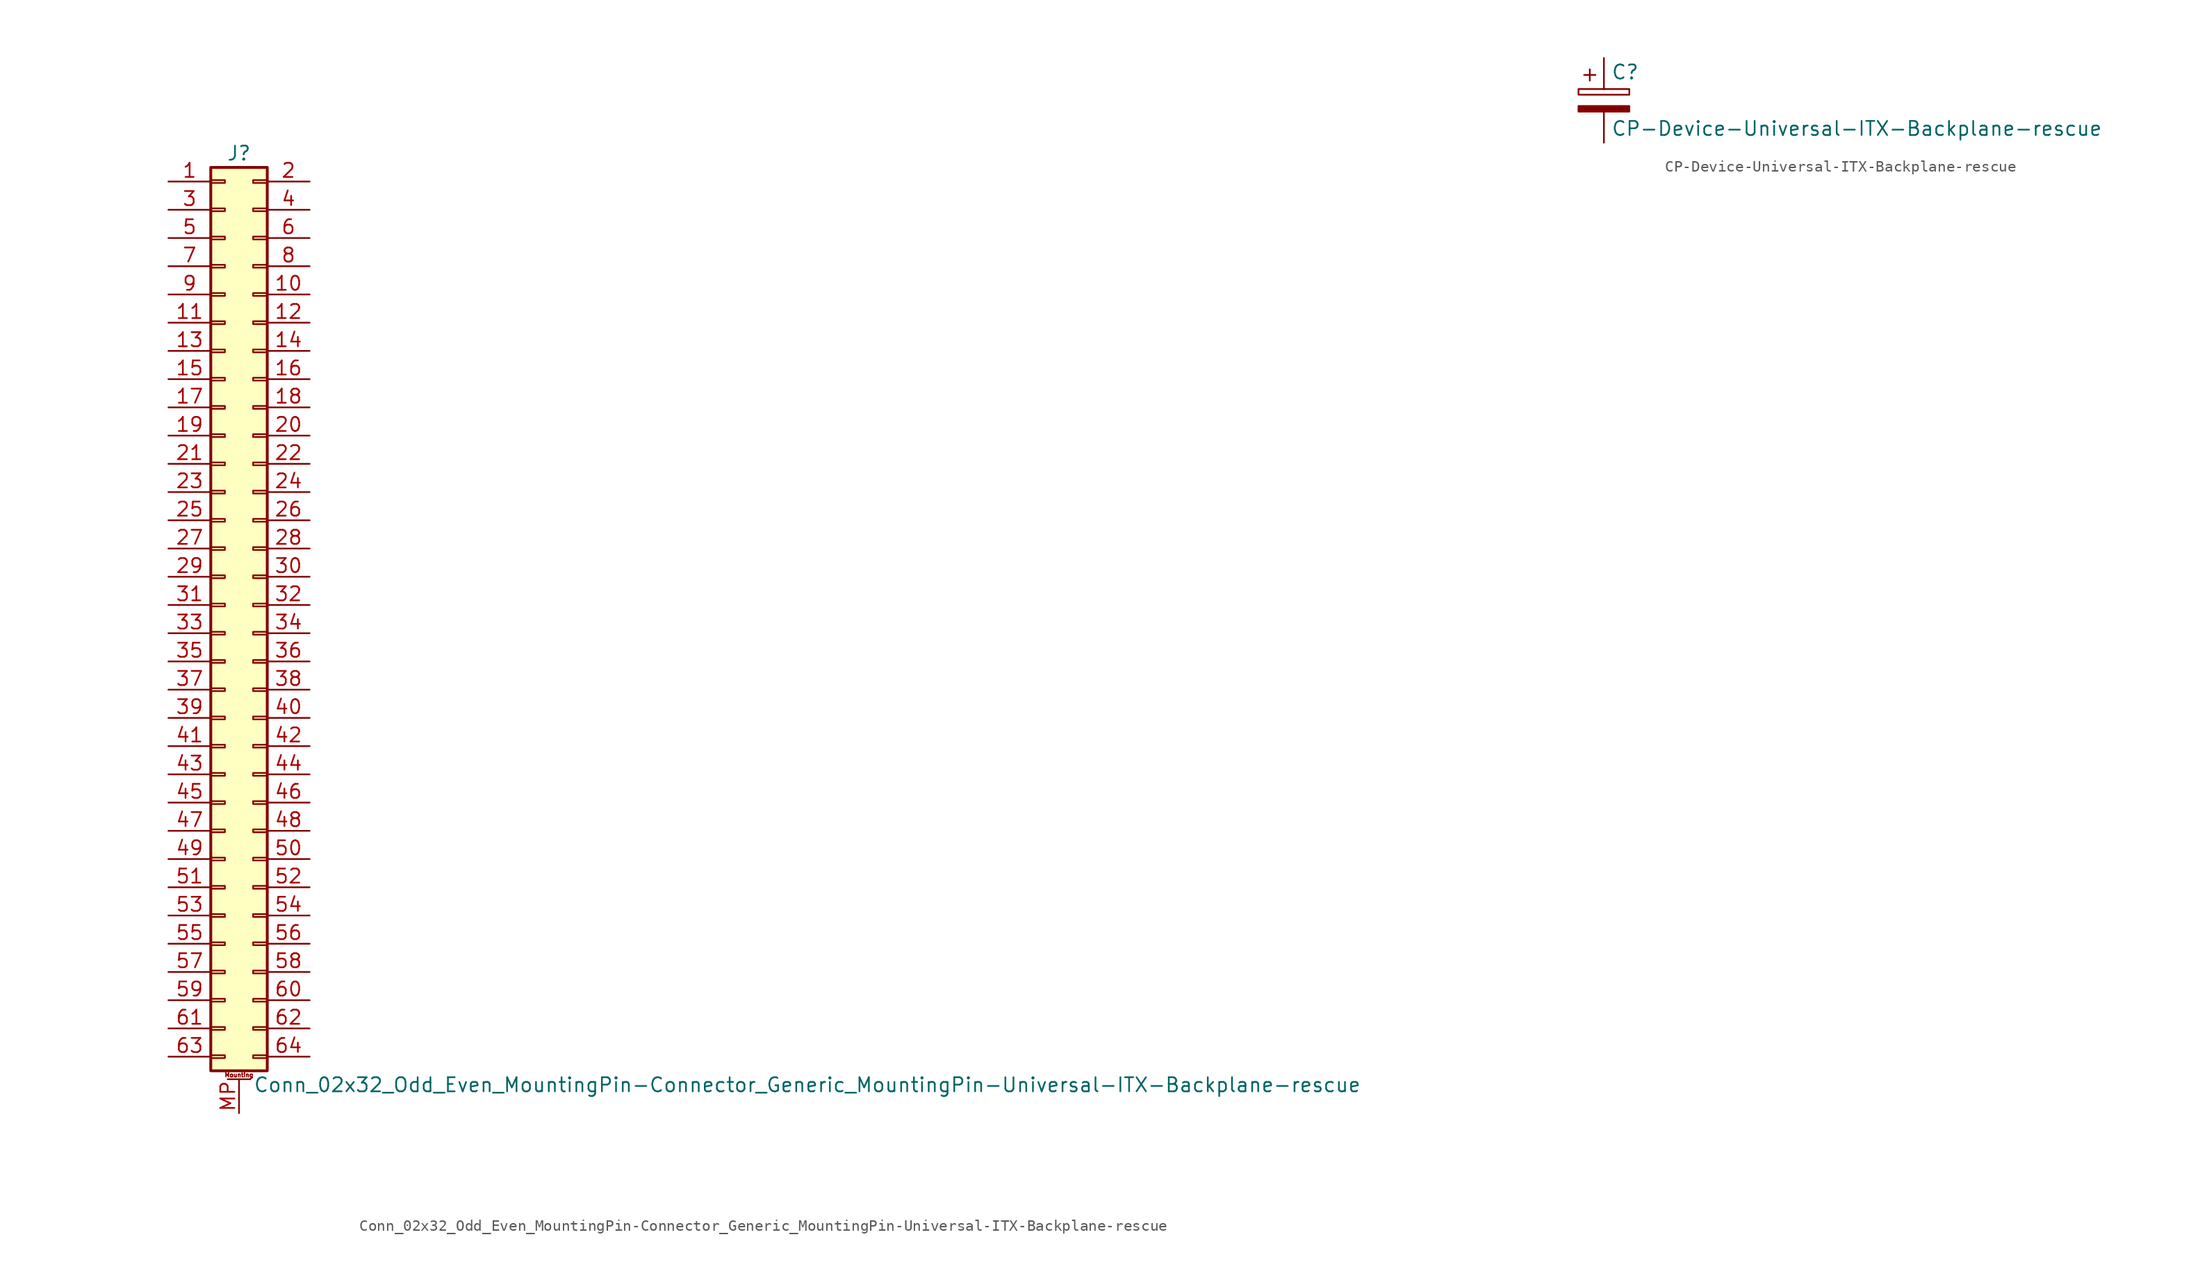
<source format=kicad_sym>
(kicad_symbol_lib
  (version 20211014)
  (generator kicad_symbol_editor)
  (symbol "Conn_02x32_Odd_Even_MountingPin-Connector_Generic_MountingPin-Universal-ITX-Backplane-rescue"
    (pin_names
      (offset 1.016) hide)
    (property "Reference" "J"
      (at 1.27 40.64 0)
      (effects (font (size 1.27 1.27))))
    (property "Value" "Conn_02x32_Odd_Even_MountingPin-Connector_Generic_MountingPin-Universal-ITX-Backplane-rescue"
      (at 2.54 -43.18 0)
      (effects (font (size 1.27 1.27)) (justify left)))
    (symbol "Conn_02x32_Odd_Even_MountingPin-Connector_Generic_MountingPin-Universal-ITX-Backplane-rescue_1_1"
      (rectangle (start -1.27 -40.513) (end 0 -40.767) (stroke (width 0.152) (type default) (color 0 0 0 0)) (fill (type none)))
      (rectangle (start -1.27 -37.973) (end 0 -38.227) (stroke (width 0.152) (type default) (color 0 0 0 0)) (fill (type none)))
      (rectangle (start -1.27 -35.433) (end 0 -35.687) (stroke (width 0.152) (type default) (color 0 0 0 0)) (fill (type none)))
      (rectangle (start -1.27 -32.893) (end 0 -33.147) (stroke (width 0.152) (type default) (color 0 0 0 0)) (fill (type none)))
      (rectangle (start -1.27 -30.353) (end 0 -30.607) (stroke (width 0.152) (type default) (color 0 0 0 0)) (fill (type none)))
      (rectangle (start -1.27 -27.813) (end 0 -28.067) (stroke (width 0.152) (type default) (color 0 0 0 0)) (fill (type none)))
      (rectangle (start -1.27 -25.273) (end 0 -25.527) (stroke (width 0.152) (type default) (color 0 0 0 0)) (fill (type none)))
      (rectangle (start -1.27 -22.733) (end 0 -22.987) (stroke (width 0.152) (type default) (color 0 0 0 0)) (fill (type none)))
      (rectangle (start -1.27 -20.193) (end 0 -20.447) (stroke (width 0.152) (type default) (color 0 0 0 0)) (fill (type none)))
      (rectangle (start -1.27 -17.653) (end 0 -17.907) (stroke (width 0.152) (type default) (color 0 0 0 0)) (fill (type none)))
      (rectangle (start -1.27 -15.113) (end 0 -15.367) (stroke (width 0.152) (type default) (color 0 0 0 0)) (fill (type none)))
      (rectangle (start -1.27 -12.573) (end 0 -12.827) (stroke (width 0.152) (type default) (color 0 0 0 0)) (fill (type none)))
      (rectangle (start -1.27 -10.033) (end 0 -10.287) (stroke (width 0.152) (type default) (color 0 0 0 0)) (fill (type none)))
      (rectangle (start -1.27 -7.493) (end 0 -7.747) (stroke (width 0.152) (type default) (color 0 0 0 0)) (fill (type none)))
      (rectangle (start -1.27 -4.953) (end 0 -5.207) (stroke (width 0.152) (type default) (color 0 0 0 0)) (fill (type none)))
      (rectangle (start -1.27 -2.413) (end 0 -2.667) (stroke (width 0.152) (type default) (color 0 0 0 0)) (fill (type none)))
      (rectangle (start -1.27 0.127) (end 0 -0.127) (stroke (width 0.152) (type default) (color 0 0 0 0)) (fill (type none)))
      (rectangle (start -1.27 2.667) (end 0 2.413) (stroke (width 0.152) (type default) (color 0 0 0 0)) (fill (type none)))
      (rectangle (start -1.27 5.207) (end 0 4.953) (stroke (width 0.152) (type default) (color 0 0 0 0)) (fill (type none)))
      (rectangle (start -1.27 7.747) (end 0 7.493) (stroke (width 0.152) (type default) (color 0 0 0 0)) (fill (type none)))
      (rectangle (start -1.27 10.287) (end 0 10.033) (stroke (width 0.152) (type default) (color 0 0 0 0)) (fill (type none)))
      (rectangle (start -1.27 12.827) (end 0 12.573) (stroke (width 0.152) (type default) (color 0 0 0 0)) (fill (type none)))
      (rectangle (start -1.27 15.367) (end 0 15.113) (stroke (width 0.152) (type default) (color 0 0 0 0)) (fill (type none)))
      (rectangle (start -1.27 17.907) (end 0 17.653) (stroke (width 0.152) (type default) (color 0 0 0 0)) (fill (type none)))
      (rectangle (start -1.27 20.447) (end 0 20.193) (stroke (width 0.152) (type default) (color 0 0 0 0)) (fill (type none)))
      (rectangle (start -1.27 22.987) (end 0 22.733) (stroke (width 0.152) (type default) (color 0 0 0 0)) (fill (type none)))
      (rectangle (start -1.27 25.527) (end 0 25.273) (stroke (width 0.152) (type default) (color 0 0 0 0)) (fill (type none)))
      (rectangle (start -1.27 28.067) (end 0 27.813) (stroke (width 0.152) (type default) (color 0 0 0 0)) (fill (type none)))
      (rectangle (start -1.27 30.607) (end 0 30.353) (stroke (width 0.152) (type default) (color 0 0 0 0)) (fill (type none)))
      (rectangle (start -1.27 33.147) (end 0 32.893) (stroke (width 0.152) (type default) (color 0 0 0 0)) (fill (type none)))
      (rectangle (start -1.27 35.687) (end 0 35.433) (stroke (width 0.152) (type default) (color 0 0 0 0)) (fill (type none)))
      (rectangle (start -1.27 38.227) (end 0 37.973) (stroke (width 0.152) (type default) (color 0 0 0 0)) (fill (type none)))
      (rectangle (start -1.27 39.37) (end 3.81 -41.91) (stroke (width 0.254) (type default) (color 0 0 0 0)) (fill (type background)))
      (polyline (pts (xy 0.254 -42.672) (xy 2.286 -42.672)) (stroke (width 0.152) (type default) (color 0 0 0 0)) (fill (type none)))
      (rectangle (start 3.81 -40.513) (end 2.54 -40.767) (stroke (width 0.152) (type default) (color 0 0 0 0)) (fill (type none)))
      (rectangle (start 3.81 -37.973) (end 2.54 -38.227) (stroke (width 0.152) (type default) (color 0 0 0 0)) (fill (type none)))
      (rectangle (start 3.81 -35.433) (end 2.54 -35.687) (stroke (width 0.152) (type default) (color 0 0 0 0)) (fill (type none)))
      (rectangle (start 3.81 -32.893) (end 2.54 -33.147) (stroke (width 0.152) (type default) (color 0 0 0 0)) (fill (type none)))
      (rectangle (start 3.81 -30.353) (end 2.54 -30.607) (stroke (width 0.152) (type default) (color 0 0 0 0)) (fill (type none)))
      (rectangle (start 3.81 -27.813) (end 2.54 -28.067) (stroke (width 0.152) (type default) (color 0 0 0 0)) (fill (type none)))
      (rectangle (start 3.81 -25.273) (end 2.54 -25.527) (stroke (width 0.152) (type default) (color 0 0 0 0)) (fill (type none)))
      (rectangle (start 3.81 -22.733) (end 2.54 -22.987) (stroke (width 0.152) (type default) (color 0 0 0 0)) (fill (type none)))
      (rectangle (start 3.81 -20.193) (end 2.54 -20.447) (stroke (width 0.152) (type default) (color 0 0 0 0)) (fill (type none)))
      (rectangle (start 3.81 -17.653) (end 2.54 -17.907) (stroke (width 0.152) (type default) (color 0 0 0 0)) (fill (type none)))
      (rectangle (start 3.81 -15.113) (end 2.54 -15.367) (stroke (width 0.152) (type default) (color 0 0 0 0)) (fill (type none)))
      (rectangle (start 3.81 -12.573) (end 2.54 -12.827) (stroke (width 0.152) (type default) (color 0 0 0 0)) (fill (type none)))
      (rectangle (start 3.81 -10.033) (end 2.54 -10.287) (stroke (width 0.152) (type default) (color 0 0 0 0)) (fill (type none)))
      (rectangle (start 3.81 -7.493) (end 2.54 -7.747) (stroke (width 0.152) (type default) (color 0 0 0 0)) (fill (type none)))
      (rectangle (start 3.81 -4.953) (end 2.54 -5.207) (stroke (width 0.152) (type default) (color 0 0 0 0)) (fill (type none)))
      (rectangle (start 3.81 -2.413) (end 2.54 -2.667) (stroke (width 0.152) (type default) (color 0 0 0 0)) (fill (type none)))
      (rectangle (start 3.81 0.127) (end 2.54 -0.127) (stroke (width 0.152) (type default) (color 0 0 0 0)) (fill (type none)))
      (rectangle (start 3.81 2.667) (end 2.54 2.413) (stroke (width 0.152) (type default) (color 0 0 0 0)) (fill (type none)))
      (rectangle (start 3.81 5.207) (end 2.54 4.953) (stroke (width 0.152) (type default) (color 0 0 0 0)) (fill (type none)))
      (rectangle (start 3.81 7.747) (end 2.54 7.493) (stroke (width 0.152) (type default) (color 0 0 0 0)) (fill (type none)))
      (rectangle (start 3.81 10.287) (end 2.54 10.033) (stroke (width 0.152) (type default) (color 0 0 0 0)) (fill (type none)))
      (rectangle (start 3.81 12.827) (end 2.54 12.573) (stroke (width 0.152) (type default) (color 0 0 0 0)) (fill (type none)))
      (rectangle (start 3.81 15.367) (end 2.54 15.113) (stroke (width 0.152) (type default) (color 0 0 0 0)) (fill (type none)))
      (rectangle (start 3.81 17.907) (end 2.54 17.653) (stroke (width 0.152) (type default) (color 0 0 0 0)) (fill (type none)))
      (rectangle (start 3.81 20.447) (end 2.54 20.193) (stroke (width 0.152) (type default) (color 0 0 0 0)) (fill (type none)))
      (rectangle (start 3.81 22.987) (end 2.54 22.733) (stroke (width 0.152) (type default) (color 0 0 0 0)) (fill (type none)))
      (rectangle (start 3.81 25.527) (end 2.54 25.273) (stroke (width 0.152) (type default) (color 0 0 0 0)) (fill (type none)))
      (rectangle (start 3.81 28.067) (end 2.54 27.813) (stroke (width 0.152) (type default) (color 0 0 0 0)) (fill (type none)))
      (rectangle (start 3.81 30.607) (end 2.54 30.353) (stroke (width 0.152) (type default) (color 0 0 0 0)) (fill (type none)))
      (rectangle (start 3.81 33.147) (end 2.54 32.893) (stroke (width 0.152) (type default) (color 0 0 0 0)) (fill (type none)))
      (rectangle (start 3.81 35.687) (end 2.54 35.433) (stroke (width 0.152) (type default) (color 0 0 0 0)) (fill (type none)))
      (rectangle (start 3.81 38.227) (end 2.54 37.973) (stroke (width 0.152) (type default) (color 0 0 0 0)) (fill (type none)))
      (text "Mounting" (at 1.27 -42.291 0) (effects (font (size 0.381 0.381))))
      (pin passive line (at -5.08 38.1 0) (length 3.81) (name "Pin_1" (effects (font (size 1.27 1.27)))) (number "1" (effects (font (size 1.27 1.27)))))
      (pin passive line (at 7.62 27.94 180) (length 3.81) (name "Pin_10" (effects (font (size 1.27 1.27)))) (number "10" (effects (font (size 1.27 1.27)))))
      (pin passive line (at -5.08 25.4 0) (length 3.81) (name "Pin_11" (effects (font (size 1.27 1.27)))) (number "11" (effects (font (size 1.27 1.27)))))
      (pin passive line (at 7.62 25.4 180) (length 3.81) (name "Pin_12" (effects (font (size 1.27 1.27)))) (number "12" (effects (font (size 1.27 1.27)))))
      (pin passive line (at -5.08 22.86 0) (length 3.81) (name "Pin_13" (effects (font (size 1.27 1.27)))) (number "13" (effects (font (size 1.27 1.27)))))
      (pin passive line (at 7.62 22.86 180) (length 3.81) (name "Pin_14" (effects (font (size 1.27 1.27)))) (number "14" (effects (font (size 1.27 1.27)))))
      (pin passive line (at -5.08 20.32 0) (length 3.81) (name "Pin_15" (effects (font (size 1.27 1.27)))) (number "15" (effects (font (size 1.27 1.27)))))
      (pin passive line (at 7.62 20.32 180) (length 3.81) (name "Pin_16" (effects (font (size 1.27 1.27)))) (number "16" (effects (font (size 1.27 1.27)))))
      (pin passive line (at -5.08 17.78 0) (length 3.81) (name "Pin_17" (effects (font (size 1.27 1.27)))) (number "17" (effects (font (size 1.27 1.27)))))
      (pin passive line (at 7.62 17.78 180) (length 3.81) (name "Pin_18" (effects (font (size 1.27 1.27)))) (number "18" (effects (font (size 1.27 1.27)))))
      (pin passive line (at -5.08 15.24 0) (length 3.81) (name "Pin_19" (effects (font (size 1.27 1.27)))) (number "19" (effects (font (size 1.27 1.27)))))
      (pin passive line (at 7.62 38.1 180) (length 3.81) (name "Pin_2" (effects (font (size 1.27 1.27)))) (number "2" (effects (font (size 1.27 1.27)))))
      (pin passive line (at 7.62 15.24 180) (length 3.81) (name "Pin_20" (effects (font (size 1.27 1.27)))) (number "20" (effects (font (size 1.27 1.27)))))
      (pin passive line (at -5.08 12.7 0) (length 3.81) (name "Pin_21" (effects (font (size 1.27 1.27)))) (number "21" (effects (font (size 1.27 1.27)))))
      (pin passive line (at 7.62 12.7 180) (length 3.81) (name "Pin_22" (effects (font (size 1.27 1.27)))) (number "22" (effects (font (size 1.27 1.27)))))
      (pin passive line (at -5.08 10.16 0) (length 3.81) (name "Pin_23" (effects (font (size 1.27 1.27)))) (number "23" (effects (font (size 1.27 1.27)))))
      (pin passive line (at 7.62 10.16 180) (length 3.81) (name "Pin_24" (effects (font (size 1.27 1.27)))) (number "24" (effects (font (size 1.27 1.27)))))
      (pin passive line (at -5.08 7.62 0) (length 3.81) (name "Pin_25" (effects (font (size 1.27 1.27)))) (number "25" (effects (font (size 1.27 1.27)))))
      (pin passive line (at 7.62 7.62 180) (length 3.81) (name "Pin_26" (effects (font (size 1.27 1.27)))) (number "26" (effects (font (size 1.27 1.27)))))
      (pin passive line (at -5.08 5.08 0) (length 3.81) (name "Pin_27" (effects (font (size 1.27 1.27)))) (number "27" (effects (font (size 1.27 1.27)))))
      (pin passive line (at 7.62 5.08 180) (length 3.81) (name "Pin_28" (effects (font (size 1.27 1.27)))) (number "28" (effects (font (size 1.27 1.27)))))
      (pin passive line (at -5.08 2.54 0) (length 3.81) (name "Pin_29" (effects (font (size 1.27 1.27)))) (number "29" (effects (font (size 1.27 1.27)))))
      (pin passive line (at -5.08 35.56 0) (length 3.81) (name "Pin_3" (effects (font (size 1.27 1.27)))) (number "3" (effects (font (size 1.27 1.27)))))
      (pin passive line (at 7.62 2.54 180) (length 3.81) (name "Pin_30" (effects (font (size 1.27 1.27)))) (number "30" (effects (font (size 1.27 1.27)))))
      (pin passive line (at -5.08 0 0) (length 3.81) (name "Pin_31" (effects (font (size 1.27 1.27)))) (number "31" (effects (font (size 1.27 1.27)))))
      (pin passive line (at 7.62 0 180) (length 3.81) (name "Pin_32" (effects (font (size 1.27 1.27)))) (number "32" (effects (font (size 1.27 1.27)))))
      (pin passive line (at -5.08 -2.54 0) (length 3.81) (name "Pin_33" (effects (font (size 1.27 1.27)))) (number "33" (effects (font (size 1.27 1.27)))))
      (pin passive line (at 7.62 -2.54 180) (length 3.81) (name "Pin_34" (effects (font (size 1.27 1.27)))) (number "34" (effects (font (size 1.27 1.27)))))
      (pin passive line (at -5.08 -5.08 0) (length 3.81) (name "Pin_35" (effects (font (size 1.27 1.27)))) (number "35" (effects (font (size 1.27 1.27)))))
      (pin passive line (at 7.62 -5.08 180) (length 3.81) (name "Pin_36" (effects (font (size 1.27 1.27)))) (number "36" (effects (font (size 1.27 1.27)))))
      (pin passive line (at -5.08 -7.62 0) (length 3.81) (name "Pin_37" (effects (font (size 1.27 1.27)))) (number "37" (effects (font (size 1.27 1.27)))))
      (pin passive line (at 7.62 -7.62 180) (length 3.81) (name "Pin_38" (effects (font (size 1.27 1.27)))) (number "38" (effects (font (size 1.27 1.27)))))
      (pin passive line (at -5.08 -10.16 0) (length 3.81) (name "Pin_39" (effects (font (size 1.27 1.27)))) (number "39" (effects (font (size 1.27 1.27)))))
      (pin passive line (at 7.62 35.56 180) (length 3.81) (name "Pin_4" (effects (font (size 1.27 1.27)))) (number "4" (effects (font (size 1.27 1.27)))))
      (pin passive line (at 7.62 -10.16 180) (length 3.81) (name "Pin_40" (effects (font (size 1.27 1.27)))) (number "40" (effects (font (size 1.27 1.27)))))
      (pin passive line (at -5.08 -12.7 0) (length 3.81) (name "Pin_41" (effects (font (size 1.27 1.27)))) (number "41" (effects (font (size 1.27 1.27)))))
      (pin passive line (at 7.62 -12.7 180) (length 3.81) (name "Pin_42" (effects (font (size 1.27 1.27)))) (number "42" (effects (font (size 1.27 1.27)))))
      (pin passive line (at -5.08 -15.24 0) (length 3.81) (name "Pin_43" (effects (font (size 1.27 1.27)))) (number "43" (effects (font (size 1.27 1.27)))))
      (pin passive line (at 7.62 -15.24 180) (length 3.81) (name "Pin_44" (effects (font (size 1.27 1.27)))) (number "44" (effects (font (size 1.27 1.27)))))
      (pin passive line (at -5.08 -17.78 0) (length 3.81) (name "Pin_45" (effects (font (size 1.27 1.27)))) (number "45" (effects (font (size 1.27 1.27)))))
      (pin passive line (at 7.62 -17.78 180) (length 3.81) (name "Pin_46" (effects (font (size 1.27 1.27)))) (number "46" (effects (font (size 1.27 1.27)))))
      (pin passive line (at -5.08 -20.32 0) (length 3.81) (name "Pin_47" (effects (font (size 1.27 1.27)))) (number "47" (effects (font (size 1.27 1.27)))))
      (pin passive line (at 7.62 -20.32 180) (length 3.81) (name "Pin_48" (effects (font (size 1.27 1.27)))) (number "48" (effects (font (size 1.27 1.27)))))
      (pin passive line (at -5.08 -22.86 0) (length 3.81) (name "Pin_49" (effects (font (size 1.27 1.27)))) (number "49" (effects (font (size 1.27 1.27)))))
      (pin passive line (at -5.08 33.02 0) (length 3.81) (name "Pin_5" (effects (font (size 1.27 1.27)))) (number "5" (effects (font (size 1.27 1.27)))))
      (pin passive line (at 7.62 -22.86 180) (length 3.81) (name "Pin_50" (effects (font (size 1.27 1.27)))) (number "50" (effects (font (size 1.27 1.27)))))
      (pin passive line (at -5.08 -25.4 0) (length 3.81) (name "Pin_51" (effects (font (size 1.27 1.27)))) (number "51" (effects (font (size 1.27 1.27)))))
      (pin passive line (at 7.62 -25.4 180) (length 3.81) (name "Pin_52" (effects (font (size 1.27 1.27)))) (number "52" (effects (font (size 1.27 1.27)))))
      (pin passive line (at -5.08 -27.94 0) (length 3.81) (name "Pin_53" (effects (font (size 1.27 1.27)))) (number "53" (effects (font (size 1.27 1.27)))))
      (pin passive line (at 7.62 -27.94 180) (length 3.81) (name "Pin_54" (effects (font (size 1.27 1.27)))) (number "54" (effects (font (size 1.27 1.27)))))
      (pin passive line (at -5.08 -30.48 0) (length 3.81) (name "Pin_55" (effects (font (size 1.27 1.27)))) (number "55" (effects (font (size 1.27 1.27)))))
      (pin passive line (at 7.62 -30.48 180) (length 3.81) (name "Pin_56" (effects (font (size 1.27 1.27)))) (number "56" (effects (font (size 1.27 1.27)))))
      (pin passive line (at -5.08 -33.02 0) (length 3.81) (name "Pin_57" (effects (font (size 1.27 1.27)))) (number "57" (effects (font (size 1.27 1.27)))))
      (pin passive line (at 7.62 -33.02 180) (length 3.81) (name "Pin_58" (effects (font (size 1.27 1.27)))) (number "58" (effects (font (size 1.27 1.27)))))
      (pin passive line (at -5.08 -35.56 0) (length 3.81) (name "Pin_59" (effects (font (size 1.27 1.27)))) (number "59" (effects (font (size 1.27 1.27)))))
      (pin passive line (at 7.62 33.02 180) (length 3.81) (name "Pin_6" (effects (font (size 1.27 1.27)))) (number "6" (effects (font (size 1.27 1.27)))))
      (pin passive line (at 7.62 -35.56 180) (length 3.81) (name "Pin_60" (effects (font (size 1.27 1.27)))) (number "60" (effects (font (size 1.27 1.27)))))
      (pin passive line (at -5.08 -38.1 0) (length 3.81) (name "Pin_61" (effects (font (size 1.27 1.27)))) (number "61" (effects (font (size 1.27 1.27)))))
      (pin passive line (at 7.62 -38.1 180) (length 3.81) (name "Pin_62" (effects (font (size 1.27 1.27)))) (number "62" (effects (font (size 1.27 1.27)))))
      (pin passive line (at -5.08 -40.64 0) (length 3.81) (name "Pin_63" (effects (font (size 1.27 1.27)))) (number "63" (effects (font (size 1.27 1.27)))))
      (pin passive line (at 7.62 -40.64 180) (length 3.81) (name "Pin_64" (effects (font (size 1.27 1.27)))) (number "64" (effects (font (size 1.27 1.27)))))
      (pin passive line (at -5.08 30.48 0) (length 3.81) (name "Pin_7" (effects (font (size 1.27 1.27)))) (number "7" (effects (font (size 1.27 1.27)))))
      (pin passive line (at 7.62 30.48 180) (length 3.81) (name "Pin_8" (effects (font (size 1.27 1.27)))) (number "8" (effects (font (size 1.27 1.27)))))
      (pin passive line (at -5.08 27.94 0) (length 3.81) (name "Pin_9" (effects (font (size 1.27 1.27)))) (number "9" (effects (font (size 1.27 1.27)))))
      (pin passive line (at 1.27 -45.72 90) (length 3.048) (name "MountPin" (effects (font (size 1.27 1.27)))) (number "MP" (effects (font (size 1.27 1.27)))))))
  (symbol "CP-Device-Universal-ITX-Backplane-rescue"
    (pin_numbers hide)
    (pin_names
      (offset 0.254))
    (property "Reference" "C"
      (at 0.635 2.54 0)
      (effects (font (size 1.27 1.27)) (justify left)))
    (property "Value" "CP-Device-Universal-ITX-Backplane-rescue"
      (at 0.635 -2.54 0)
      (effects (font (size 1.27 1.27)) (justify left)))
    (symbol "CP-Device-Universal-ITX-Backplane-rescue_0_1"
      (rectangle (start -2.286 0.508) (end 2.286 1.016) (stroke (width 0) (type default) (color 0 0 0 0)) (fill (type none)))
      (polyline (pts (xy -1.778 2.286) (xy -0.762 2.286)) (stroke (width 0) (type default) (color 0 0 0 0)) (fill (type none)))
      (polyline (pts (xy -1.27 2.794) (xy -1.27 1.778)) (stroke (width 0) (type default) (color 0 0 0 0)) (fill (type none)))
      (rectangle (start 2.286 -0.508) (end -2.286 -1.016) (stroke (width 0) (type default) (color 0 0 0 0)) (fill (type outline))))
    (symbol "CP-Device-Universal-ITX-Backplane-rescue_1_1"
      (pin passive line (at 0 3.81 270) (length 2.794) (name "~" (effects (font (size 1.27 1.27)))) (number "1" (effects (font (size 1.27 1.27)))))
      (pin passive line (at 0 -3.81 90) (length 2.794) (name "~" (effects (font (size 1.27 1.27)))) (number "2" (effects (font (size 1.27 1.27))))))))
</source>
